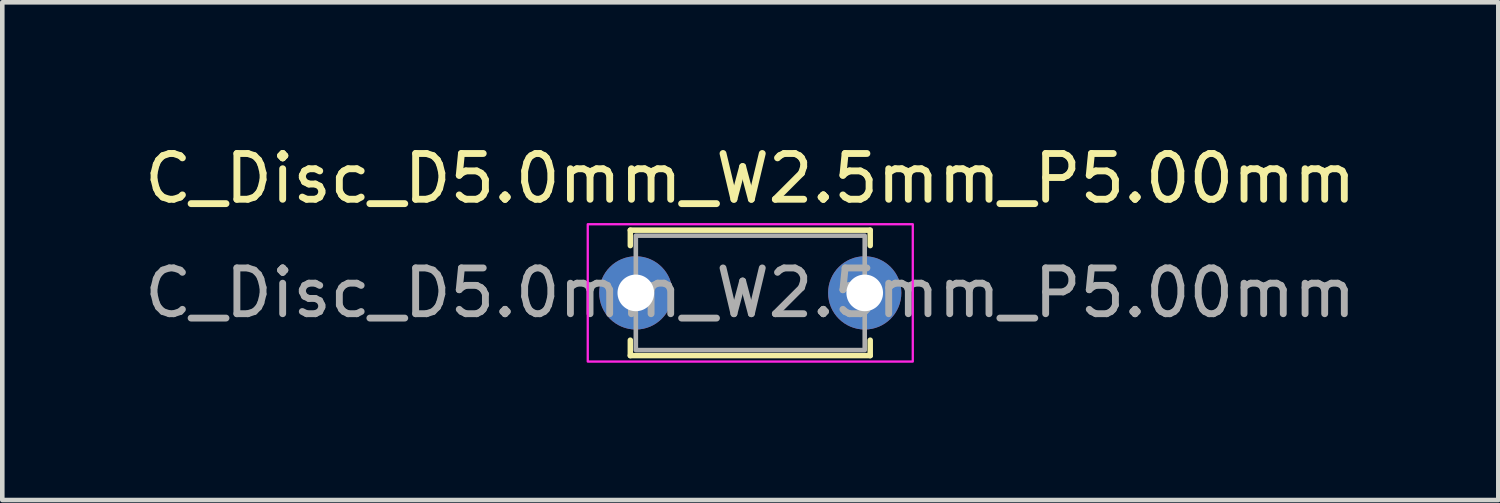
<source format=kicad_pcb>
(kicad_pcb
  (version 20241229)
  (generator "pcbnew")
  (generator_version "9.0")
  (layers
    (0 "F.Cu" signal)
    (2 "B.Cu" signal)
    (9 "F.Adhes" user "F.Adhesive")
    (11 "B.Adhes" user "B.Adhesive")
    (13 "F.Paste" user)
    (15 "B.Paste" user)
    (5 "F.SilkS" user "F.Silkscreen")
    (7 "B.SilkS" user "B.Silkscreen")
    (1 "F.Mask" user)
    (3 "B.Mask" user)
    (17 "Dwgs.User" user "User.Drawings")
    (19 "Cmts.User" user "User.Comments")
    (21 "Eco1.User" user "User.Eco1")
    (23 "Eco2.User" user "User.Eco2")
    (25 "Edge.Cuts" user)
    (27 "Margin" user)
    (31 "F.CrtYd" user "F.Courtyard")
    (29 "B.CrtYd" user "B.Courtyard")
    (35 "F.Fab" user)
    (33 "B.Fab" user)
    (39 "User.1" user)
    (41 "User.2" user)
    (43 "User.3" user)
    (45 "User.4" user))
  (footprint "C_Disc_D5.0mm_W2.5mm_P5.00mm"
    (layer "F.Cu")
    (at 10.839 3.348)
    (property "Reference" "C_Disc_D5.0mm_W2.5mm_P5.00mm" (at 2.5 -2.5 180) (layer "F.SilkS") (effects (font (size 1 1) (thickness 0.15))))
    (attr through_hole)
    (fp_line (start -0.12 -1.37) (end 5.12 -1.37) (stroke (width 0.12) (type solid)) (layer "F.SilkS"))
    (fp_line (start -0.12 -1.033) (end -0.12 -1.37) (stroke (width 0.12) (type solid)) (layer "F.SilkS"))
    (fp_line (start -0.12 1.37) (end -0.12 1.033) (stroke (width 0.12) (type solid)) (layer "F.SilkS"))
    (fp_line (start 5.12 -1.37) (end 5.12 -1.033) (stroke (width 0.12) (type solid)) (layer "F.SilkS"))
    (fp_line (start 5.12 1.033) (end 5.12 1.37) (stroke (width 0.12) (type solid)) (layer "F.SilkS"))
    (fp_line (start 5.12 1.37) (end -0.12 1.37) (stroke (width 0.12) (type solid)) (layer "F.SilkS"))
    (fp_rect (start -1.05 -1.5) (end 6.05 1.5) (stroke (width 0.05) (type solid)) (fill no) (layer "F.CrtYd"))
    (fp_rect (start 0 -1.25) (end 5 1.25) (stroke (width 0.1) (type solid)) (fill no) (layer "F.Fab"))
    (fp_text user "${REFERENCE}" (at 2.5 0 180) (layer "F.Fab") (effects (font (size 1 1) (thickness 0.15))))
    (pad "1" thru_hole circle (at 0 0) (size 1.6 1.6) (drill 0.8) (layers "*.Cu" "*.Mask"))
    (pad "2" thru_hole circle (at 5 0) (size 1.6 1.6) (drill 0.8) (layers "*.Cu" "*.Mask")))
  (gr_rect
    (start -3 -3)
    (end 29.679 7.873)
    (stroke (width 0.1) (type default))
    (fill no)
    (layer "Edge.Cuts")))
</source>
